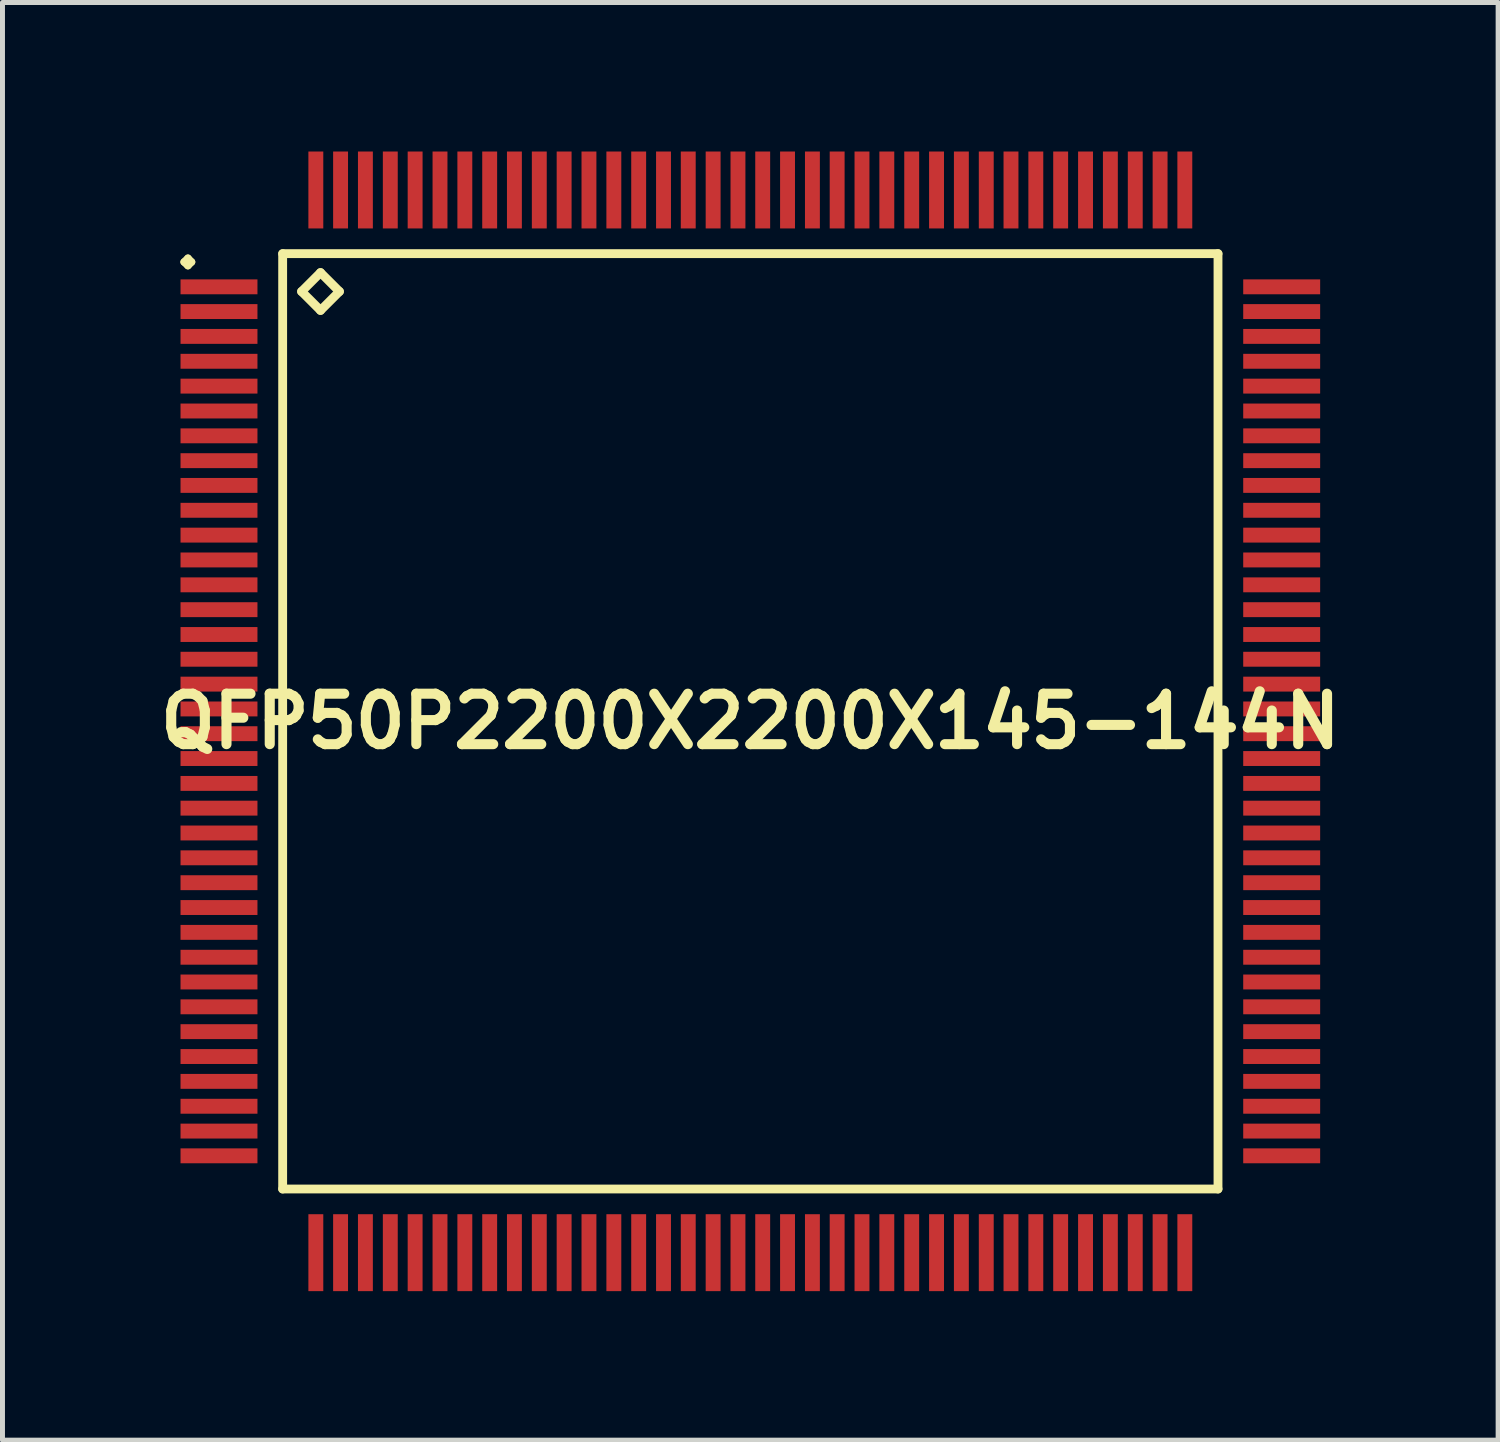
<source format=kicad_pcb>
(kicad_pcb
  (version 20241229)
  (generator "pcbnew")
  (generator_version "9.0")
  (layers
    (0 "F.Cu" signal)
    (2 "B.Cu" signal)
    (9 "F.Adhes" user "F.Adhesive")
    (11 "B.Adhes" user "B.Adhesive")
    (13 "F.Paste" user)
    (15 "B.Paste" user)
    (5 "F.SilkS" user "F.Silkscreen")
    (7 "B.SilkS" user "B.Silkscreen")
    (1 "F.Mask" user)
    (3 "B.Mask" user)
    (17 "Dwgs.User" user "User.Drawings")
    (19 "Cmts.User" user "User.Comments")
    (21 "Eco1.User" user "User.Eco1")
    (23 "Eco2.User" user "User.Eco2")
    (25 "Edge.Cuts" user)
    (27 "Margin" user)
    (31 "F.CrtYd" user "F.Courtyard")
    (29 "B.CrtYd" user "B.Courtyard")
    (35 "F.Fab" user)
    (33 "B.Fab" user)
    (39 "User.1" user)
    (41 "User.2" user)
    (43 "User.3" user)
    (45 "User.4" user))
  (footprint "QFP50P2200X2200X145-144N"
    (layer "F.Cu")
    (at 12.057 11.473)
    (property "Reference" "QFP50P2200X2200X145-144N" (at 0 0 0) (layer "F.SilkS") (effects (font (size 1.016 1.016) (thickness 0.203))))
    (attr smd)
    (fp_line (start -11.4 -9.248) (end -11.323 -9.324) (stroke (width 0.15) (type solid)) (layer "F.SilkS"))
    (fp_line (start -11.323 -9.324) (end -11.25 -9.248) (stroke (width 0.15) (type solid)) (layer "F.SilkS"))
    (fp_line (start -11.323 -9.174) (end -11.4 -9.248) (stroke (width 0.15) (type solid)) (layer "F.SilkS"))
    (fp_line (start -11.25 -9.248) (end -11.323 -9.174) (stroke (width 0.15) (type solid)) (layer "F.SilkS"))
    (fp_line (start -9.416 -9.416) (end -9.416 9.416) (stroke (width 0.178) (type solid)) (layer "F.SilkS"))
    (fp_line (start -9.416 9.416) (end 9.416 9.416) (stroke (width 0.178) (type solid)) (layer "F.SilkS"))
    (fp_line (start -9.035 -8.654) (end -8.654 -9.035) (stroke (width 0.178) (type solid)) (layer "F.SilkS"))
    (fp_line (start -8.654 -9.035) (end -8.273 -8.654) (stroke (width 0.178) (type solid)) (layer "F.SilkS"))
    (fp_line (start -8.654 -8.273) (end -9.035 -8.654) (stroke (width 0.178) (type solid)) (layer "F.SilkS"))
    (fp_line (start -8.273 -8.654) (end -8.654 -8.273) (stroke (width 0.178) (type solid)) (layer "F.SilkS"))
    (fp_line (start 9.416 -9.416) (end -9.416 -9.416) (stroke (width 0.178) (type solid)) (layer "F.SilkS"))
    (fp_line (start 9.416 9.416) (end 9.416 -9.416) (stroke (width 0.178) (type solid)) (layer "F.SilkS"))
    (pad "1" smd rect (at -10.698 -8.748) (size 1.549 0.3) (layers "F.Cu" "F.Mask" "F.Paste"))
    (pad "2" smd rect (at -10.698 -8.25) (size 1.549 0.3) (layers "F.Cu" "F.Mask" "F.Paste"))
    (pad "3" smd rect (at -10.698 -7.75) (size 1.549 0.3) (layers "F.Cu" "F.Mask" "F.Paste"))
    (pad "4" smd rect (at -10.698 -7.249) (size 1.549 0.3) (layers "F.Cu" "F.Mask" "F.Paste"))
    (pad "5" smd rect (at -10.698 -6.749) (size 1.549 0.3) (layers "F.Cu" "F.Mask" "F.Paste"))
    (pad "6" smd rect (at -10.698 -6.248) (size 1.549 0.3) (layers "F.Cu" "F.Mask" "F.Paste"))
    (pad "7" smd rect (at -10.698 -5.748) (size 1.549 0.3) (layers "F.Cu" "F.Mask" "F.Paste"))
    (pad "8" smd rect (at -10.698 -5.248) (size 1.549 0.3) (layers "F.Cu" "F.Mask" "F.Paste"))
    (pad "9" smd rect (at -10.698 -4.75) (size 1.549 0.3) (layers "F.Cu" "F.Mask" "F.Paste"))
    (pad "10" smd rect (at -10.698 -4.249) (size 1.549 0.3) (layers "F.Cu" "F.Mask" "F.Paste"))
    (pad "11" smd rect (at -10.698 -3.749) (size 1.549 0.3) (layers "F.Cu" "F.Mask" "F.Paste"))
    (pad "12" smd rect (at -10.698 -3.249) (size 1.549 0.3) (layers "F.Cu" "F.Mask" "F.Paste"))
    (pad "13" smd rect (at -10.698 -2.748) (size 1.549 0.3) (layers "F.Cu" "F.Mask" "F.Paste"))
    (pad "14" smd rect (at -10.698 -2.248) (size 1.549 0.3) (layers "F.Cu" "F.Mask" "F.Paste"))
    (pad "15" smd rect (at -10.698 -1.748) (size 1.549 0.3) (layers "F.Cu" "F.Mask" "F.Paste"))
    (pad "16" smd rect (at -10.698 -1.25) (size 1.549 0.3) (layers "F.Cu" "F.Mask" "F.Paste"))
    (pad "17" smd rect (at -10.698 -0.749) (size 1.549 0.3) (layers "F.Cu" "F.Mask" "F.Paste"))
    (pad "18" smd rect (at -10.698 -0.249) (size 1.549 0.3) (layers "F.Cu" "F.Mask" "F.Paste"))
    (pad "19" smd rect (at -10.698 0.249) (size 1.549 0.3) (layers "F.Cu" "F.Mask" "F.Paste"))
    (pad "20" smd rect (at -10.698 0.749) (size 1.549 0.3) (layers "F.Cu" "F.Mask" "F.Paste"))
    (pad "21" smd rect (at -10.698 1.25) (size 1.549 0.3) (layers "F.Cu" "F.Mask" "F.Paste"))
    (pad "22" smd rect (at -10.698 1.748) (size 1.549 0.3) (layers "F.Cu" "F.Mask" "F.Paste"))
    (pad "23" smd rect (at -10.698 2.248) (size 1.549 0.3) (layers "F.Cu" "F.Mask" "F.Paste"))
    (pad "24" smd rect (at -10.698 2.748) (size 1.549 0.3) (layers "F.Cu" "F.Mask" "F.Paste"))
    (pad "25" smd rect (at -10.698 3.249) (size 1.549 0.3) (layers "F.Cu" "F.Mask" "F.Paste"))
    (pad "26" smd rect (at -10.698 3.749) (size 1.549 0.3) (layers "F.Cu" "F.Mask" "F.Paste"))
    (pad "27" smd rect (at -10.698 4.249) (size 1.549 0.3) (layers "F.Cu" "F.Mask" "F.Paste"))
    (pad "28" smd rect (at -10.698 4.75) (size 1.549 0.3) (layers "F.Cu" "F.Mask" "F.Paste"))
    (pad "29" smd rect (at -10.698 5.248) (size 1.549 0.3) (layers "F.Cu" "F.Mask" "F.Paste"))
    (pad "30" smd rect (at -10.698 5.748) (size 1.549 0.3) (layers "F.Cu" "F.Mask" "F.Paste"))
    (pad "31" smd rect (at -10.698 6.248) (size 1.549 0.3) (layers "F.Cu" "F.Mask" "F.Paste"))
    (pad "32" smd rect (at -10.698 6.749) (size 1.549 0.3) (layers "F.Cu" "F.Mask" "F.Paste"))
    (pad "33" smd rect (at -10.698 7.249) (size 1.549 0.3) (layers "F.Cu" "F.Mask" "F.Paste"))
    (pad "34" smd rect (at -10.698 7.75) (size 1.549 0.3) (layers "F.Cu" "F.Mask" "F.Paste"))
    (pad "35" smd rect (at -10.698 8.25) (size 1.549 0.3) (layers "F.Cu" "F.Mask" "F.Paste"))
    (pad "36" smd rect (at -10.698 8.748) (size 1.549 0.3) (layers "F.Cu" "F.Mask" "F.Paste"))
    (pad "37" smd rect (at -8.748 10.698) (size 0.3 1.549) (layers "F.Cu" "F.Mask" "F.Paste"))
    (pad "38" smd rect (at -8.25 10.698) (size 0.3 1.549) (layers "F.Cu" "F.Mask" "F.Paste"))
    (pad "39" smd rect (at -7.75 10.698) (size 0.3 1.549) (layers "F.Cu" "F.Mask" "F.Paste"))
    (pad "40" smd rect (at -7.249 10.698) (size 0.3 1.549) (layers "F.Cu" "F.Mask" "F.Paste"))
    (pad "41" smd rect (at -6.749 10.698) (size 0.3 1.549) (layers "F.Cu" "F.Mask" "F.Paste"))
    (pad "42" smd rect (at -6.248 10.698) (size 0.3 1.549) (layers "F.Cu" "F.Mask" "F.Paste"))
    (pad "43" smd rect (at -5.748 10.698) (size 0.3 1.549) (layers "F.Cu" "F.Mask" "F.Paste"))
    (pad "44" smd rect (at -5.248 10.698) (size 0.3 1.549) (layers "F.Cu" "F.Mask" "F.Paste"))
    (pad "45" smd rect (at -4.75 10.698) (size 0.3 1.549) (layers "F.Cu" "F.Mask" "F.Paste"))
    (pad "46" smd rect (at -4.249 10.698) (size 0.3 1.549) (layers "F.Cu" "F.Mask" "F.Paste"))
    (pad "47" smd rect (at -3.749 10.698) (size 0.3 1.549) (layers "F.Cu" "F.Mask" "F.Paste"))
    (pad "48" smd rect (at -3.249 10.698) (size 0.3 1.549) (layers "F.Cu" "F.Mask" "F.Paste"))
    (pad "49" smd rect (at -2.748 10.698) (size 0.3 1.549) (layers "F.Cu" "F.Mask" "F.Paste"))
    (pad "50" smd rect (at -2.248 10.698) (size 0.3 1.549) (layers "F.Cu" "F.Mask" "F.Paste"))
    (pad "51" smd rect (at -1.748 10.698) (size 0.3 1.549) (layers "F.Cu" "F.Mask" "F.Paste"))
    (pad "52" smd rect (at -1.25 10.698) (size 0.3 1.549) (layers "F.Cu" "F.Mask" "F.Paste"))
    (pad "53" smd rect (at -0.749 10.698) (size 0.3 1.549) (layers "F.Cu" "F.Mask" "F.Paste"))
    (pad "54" smd rect (at -0.249 10.698) (size 0.3 1.549) (layers "F.Cu" "F.Mask" "F.Paste"))
    (pad "55" smd rect (at 0.249 10.698) (size 0.3 1.549) (layers "F.Cu" "F.Mask" "F.Paste"))
    (pad "56" smd rect (at 0.749 10.698) (size 0.3 1.549) (layers "F.Cu" "F.Mask" "F.Paste"))
    (pad "57" smd rect (at 1.25 10.698) (size 0.3 1.549) (layers "F.Cu" "F.Mask" "F.Paste"))
    (pad "58" smd rect (at 1.748 10.698) (size 0.3 1.549) (layers "F.Cu" "F.Mask" "F.Paste"))
    (pad "59" smd rect (at 2.248 10.698) (size 0.3 1.549) (layers "F.Cu" "F.Mask" "F.Paste"))
    (pad "60" smd rect (at 2.748 10.698) (size 0.3 1.549) (layers "F.Cu" "F.Mask" "F.Paste"))
    (pad "61" smd rect (at 3.249 10.698) (size 0.3 1.549) (layers "F.Cu" "F.Mask" "F.Paste"))
    (pad "62" smd rect (at 3.749 10.698) (size 0.3 1.549) (layers "F.Cu" "F.Mask" "F.Paste"))
    (pad "63" smd rect (at 4.249 10.698) (size 0.3 1.549) (layers "F.Cu" "F.Mask" "F.Paste"))
    (pad "64" smd rect (at 4.75 10.698) (size 0.3 1.549) (layers "F.Cu" "F.Mask" "F.Paste"))
    (pad "65" smd rect (at 5.248 10.698) (size 0.3 1.549) (layers "F.Cu" "F.Mask" "F.Paste"))
    (pad "66" smd rect (at 5.748 10.698) (size 0.3 1.549) (layers "F.Cu" "F.Mask" "F.Paste"))
    (pad "67" smd rect (at 6.248 10.698) (size 0.3 1.549) (layers "F.Cu" "F.Mask" "F.Paste"))
    (pad "68" smd rect (at 6.749 10.698) (size 0.3 1.549) (layers "F.Cu" "F.Mask" "F.Paste"))
    (pad "69" smd rect (at 7.249 10.698) (size 0.3 1.549) (layers "F.Cu" "F.Mask" "F.Paste"))
    (pad "70" smd rect (at 7.75 10.698) (size 0.3 1.549) (layers "F.Cu" "F.Mask" "F.Paste"))
    (pad "71" smd rect (at 8.25 10.698) (size 0.3 1.549) (layers "F.Cu" "F.Mask" "F.Paste"))
    (pad "72" smd rect (at 8.748 10.698) (size 0.3 1.549) (layers "F.Cu" "F.Mask" "F.Paste"))
    (pad "73" smd rect (at 10.698 8.748) (size 1.549 0.3) (layers "F.Cu" "F.Mask" "F.Paste"))
    (pad "74" smd rect (at 10.698 8.25) (size 1.549 0.3) (layers "F.Cu" "F.Mask" "F.Paste"))
    (pad "75" smd rect (at 10.698 7.75) (size 1.549 0.3) (layers "F.Cu" "F.Mask" "F.Paste"))
    (pad "76" smd rect (at 10.698 7.249) (size 1.549 0.3) (layers "F.Cu" "F.Mask" "F.Paste"))
    (pad "77" smd rect (at 10.698 6.749) (size 1.549 0.3) (layers "F.Cu" "F.Mask" "F.Paste"))
    (pad "78" smd rect (at 10.698 6.248) (size 1.549 0.3) (layers "F.Cu" "F.Mask" "F.Paste"))
    (pad "79" smd rect (at 10.698 5.748) (size 1.549 0.3) (layers "F.Cu" "F.Mask" "F.Paste"))
    (pad "80" smd rect (at 10.698 5.248) (size 1.549 0.3) (layers "F.Cu" "F.Mask" "F.Paste"))
    (pad "81" smd rect (at 10.698 4.75) (size 1.549 0.3) (layers "F.Cu" "F.Mask" "F.Paste"))
    (pad "82" smd rect (at 10.698 4.249) (size 1.549 0.3) (layers "F.Cu" "F.Mask" "F.Paste"))
    (pad "83" smd rect (at 10.698 3.749) (size 1.549 0.3) (layers "F.Cu" "F.Mask" "F.Paste"))
    (pad "84" smd rect (at 10.698 3.249) (size 1.549 0.3) (layers "F.Cu" "F.Mask" "F.Paste"))
    (pad "85" smd rect (at 10.698 2.748) (size 1.549 0.3) (layers "F.Cu" "F.Mask" "F.Paste"))
    (pad "86" smd rect (at 10.698 2.248) (size 1.549 0.3) (layers "F.Cu" "F.Mask" "F.Paste"))
    (pad "87" smd rect (at 10.698 1.748) (size 1.549 0.3) (layers "F.Cu" "F.Mask" "F.Paste"))
    (pad "88" smd rect (at 10.698 1.25) (size 1.549 0.3) (layers "F.Cu" "F.Mask" "F.Paste"))
    (pad "89" smd rect (at 10.698 0.749) (size 1.549 0.3) (layers "F.Cu" "F.Mask" "F.Paste"))
    (pad "90" smd rect (at 10.698 0.249) (size 1.549 0.3) (layers "F.Cu" "F.Mask" "F.Paste"))
    (pad "91" smd rect (at 10.698 -0.249) (size 1.549 0.3) (layers "F.Cu" "F.Mask" "F.Paste"))
    (pad "92" smd rect (at 10.698 -0.749) (size 1.549 0.3) (layers "F.Cu" "F.Mask" "F.Paste"))
    (pad "93" smd rect (at 10.698 -1.25) (size 1.549 0.3) (layers "F.Cu" "F.Mask" "F.Paste"))
    (pad "94" smd rect (at 10.698 -1.748) (size 1.549 0.3) (layers "F.Cu" "F.Mask" "F.Paste"))
    (pad "95" smd rect (at 10.698 -2.248) (size 1.549 0.3) (layers "F.Cu" "F.Mask" "F.Paste"))
    (pad "96" smd rect (at 10.698 -2.748) (size 1.549 0.3) (layers "F.Cu" "F.Mask" "F.Paste"))
    (pad "97" smd rect (at 10.698 -3.249) (size 1.549 0.3) (layers "F.Cu" "F.Mask" "F.Paste"))
    (pad "98" smd rect (at 10.698 -3.749) (size 1.549 0.3) (layers "F.Cu" "F.Mask" "F.Paste"))
    (pad "99" smd rect (at 10.698 -4.249) (size 1.549 0.3) (layers "F.Cu" "F.Mask" "F.Paste"))
    (pad "100" smd rect (at 10.698 -4.75) (size 1.549 0.3) (layers "F.Cu" "F.Mask" "F.Paste"))
    (pad "101" smd rect (at 10.698 -5.248) (size 1.549 0.3) (layers "F.Cu" "F.Mask" "F.Paste"))
    (pad "102" smd rect (at 10.698 -5.748) (size 1.549 0.3) (layers "F.Cu" "F.Mask" "F.Paste"))
    (pad "103" smd rect (at 10.698 -6.248) (size 1.549 0.3) (layers "F.Cu" "F.Mask" "F.Paste"))
    (pad "104" smd rect (at 10.698 -6.749) (size 1.549 0.3) (layers "F.Cu" "F.Mask" "F.Paste"))
    (pad "105" smd rect (at 10.698 -7.249) (size 1.549 0.3) (layers "F.Cu" "F.Mask" "F.Paste"))
    (pad "106" smd rect (at 10.698 -7.75) (size 1.549 0.3) (layers "F.Cu" "F.Mask" "F.Paste"))
    (pad "107" smd rect (at 10.698 -8.25) (size 1.549 0.3) (layers "F.Cu" "F.Mask" "F.Paste"))
    (pad "108" smd rect (at 10.698 -8.748) (size 1.549 0.3) (layers "F.Cu" "F.Mask" "F.Paste"))
    (pad "109" smd rect (at 8.748 -10.698) (size 0.3 1.549) (layers "F.Cu" "F.Mask" "F.Paste"))
    (pad "110" smd rect (at 8.25 -10.698) (size 0.3 1.549) (layers "F.Cu" "F.Mask" "F.Paste"))
    (pad "111" smd rect (at 7.75 -10.698) (size 0.3 1.549) (layers "F.Cu" "F.Mask" "F.Paste"))
    (pad "112" smd rect (at 7.249 -10.698) (size 0.3 1.549) (layers "F.Cu" "F.Mask" "F.Paste"))
    (pad "113" smd rect (at 6.749 -10.698) (size 0.3 1.549) (layers "F.Cu" "F.Mask" "F.Paste"))
    (pad "114" smd rect (at 6.248 -10.698) (size 0.3 1.549) (layers "F.Cu" "F.Mask" "F.Paste"))
    (pad "115" smd rect (at 5.748 -10.698) (size 0.3 1.549) (layers "F.Cu" "F.Mask" "F.Paste"))
    (pad "116" smd rect (at 5.248 -10.698) (size 0.3 1.549) (layers "F.Cu" "F.Mask" "F.Paste"))
    (pad "117" smd rect (at 4.75 -10.698) (size 0.3 1.549) (layers "F.Cu" "F.Mask" "F.Paste"))
    (pad "118" smd rect (at 4.249 -10.698) (size 0.3 1.549) (layers "F.Cu" "F.Mask" "F.Paste"))
    (pad "119" smd rect (at 3.749 -10.698) (size 0.3 1.549) (layers "F.Cu" "F.Mask" "F.Paste"))
    (pad "120" smd rect (at 3.249 -10.698) (size 0.3 1.549) (layers "F.Cu" "F.Mask" "F.Paste"))
    (pad "121" smd rect (at 2.748 -10.698) (size 0.3 1.549) (layers "F.Cu" "F.Mask" "F.Paste"))
    (pad "122" smd rect (at 2.248 -10.698) (size 0.3 1.549) (layers "F.Cu" "F.Mask" "F.Paste"))
    (pad "123" smd rect (at 1.748 -10.698) (size 0.3 1.549) (layers "F.Cu" "F.Mask" "F.Paste"))
    (pad "124" smd rect (at 1.25 -10.698) (size 0.3 1.549) (layers "F.Cu" "F.Mask" "F.Paste"))
    (pad "125" smd rect (at 0.749 -10.698) (size 0.3 1.549) (layers "F.Cu" "F.Mask" "F.Paste"))
    (pad "126" smd rect (at 0.249 -10.698) (size 0.3 1.549) (layers "F.Cu" "F.Mask" "F.Paste"))
    (pad "127" smd rect (at -0.249 -10.698) (size 0.3 1.549) (layers "F.Cu" "F.Mask" "F.Paste"))
    (pad "128" smd rect (at -0.749 -10.698) (size 0.3 1.549) (layers "F.Cu" "F.Mask" "F.Paste"))
    (pad "129" smd rect (at -1.25 -10.698) (size 0.3 1.549) (layers "F.Cu" "F.Mask" "F.Paste"))
    (pad "130" smd rect (at -1.748 -10.698) (size 0.3 1.549) (layers "F.Cu" "F.Mask" "F.Paste"))
    (pad "131" smd rect (at -2.248 -10.698) (size 0.3 1.549) (layers "F.Cu" "F.Mask" "F.Paste"))
    (pad "132" smd rect (at -2.748 -10.698) (size 0.3 1.549) (layers "F.Cu" "F.Mask" "F.Paste"))
    (pad "133" smd rect (at -3.249 -10.698) (size 0.3 1.549) (layers "F.Cu" "F.Mask" "F.Paste"))
    (pad "134" smd rect (at -3.749 -10.698) (size 0.3 1.549) (layers "F.Cu" "F.Mask" "F.Paste"))
    (pad "135" smd rect (at -4.249 -10.698) (size 0.3 1.549) (layers "F.Cu" "F.Mask" "F.Paste"))
    (pad "136" smd rect (at -4.75 -10.698) (size 0.3 1.549) (layers "F.Cu" "F.Mask" "F.Paste"))
    (pad "137" smd rect (at -5.248 -10.698) (size 0.3 1.549) (layers "F.Cu" "F.Mask" "F.Paste"))
    (pad "138" smd rect (at -5.748 -10.698) (size 0.3 1.549) (layers "F.Cu" "F.Mask" "F.Paste"))
    (pad "139" smd rect (at -6.248 -10.698) (size 0.3 1.549) (layers "F.Cu" "F.Mask" "F.Paste"))
    (pad "140" smd rect (at -6.749 -10.698) (size 0.3 1.549) (layers "F.Cu" "F.Mask" "F.Paste"))
    (pad "141" smd rect (at -7.249 -10.698) (size 0.3 1.549) (layers "F.Cu" "F.Mask" "F.Paste"))
    (pad "142" smd rect (at -7.75 -10.698) (size 0.3 1.549) (layers "F.Cu" "F.Mask" "F.Paste"))
    (pad "143" smd rect (at -8.25 -10.698) (size 0.3 1.549) (layers "F.Cu" "F.Mask" "F.Paste"))
    (pad "144" smd rect (at -8.748 -10.698) (size 0.3 1.549) (layers "F.Cu" "F.Mask" "F.Paste")))
  (gr_rect
    (start -3 -3)
    (end 27.113 25.946)
    (stroke (width 0.1) (type default))
    (fill no)
    (layer "Edge.Cuts")))
</source>
